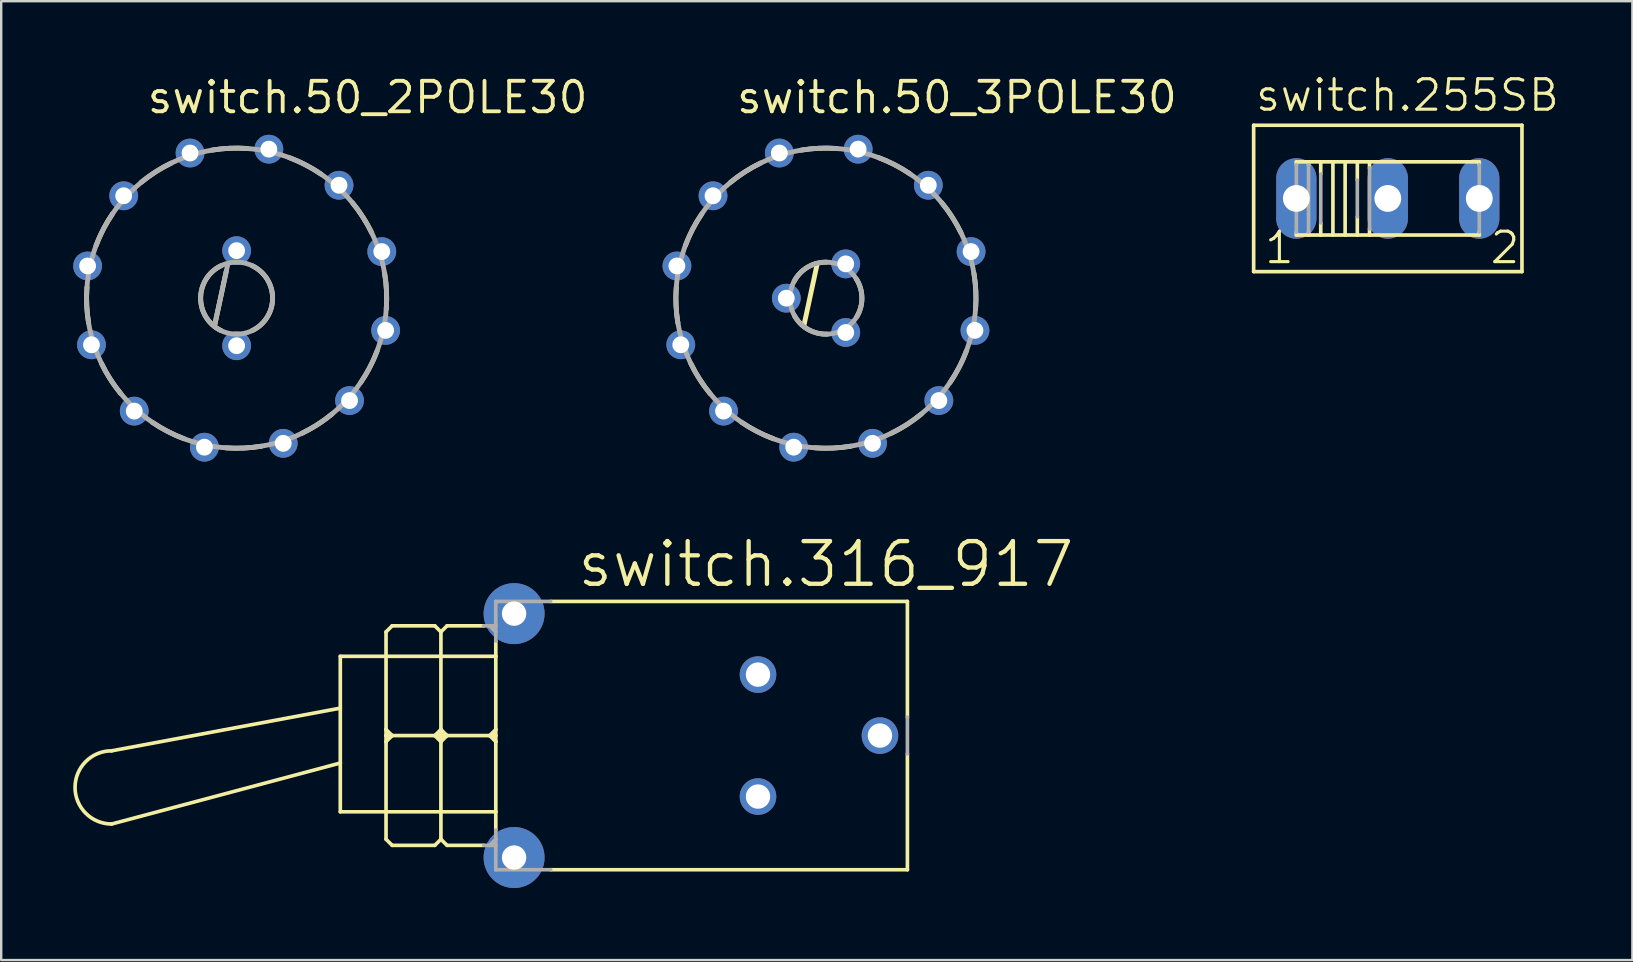
<source format=kicad_pcb>
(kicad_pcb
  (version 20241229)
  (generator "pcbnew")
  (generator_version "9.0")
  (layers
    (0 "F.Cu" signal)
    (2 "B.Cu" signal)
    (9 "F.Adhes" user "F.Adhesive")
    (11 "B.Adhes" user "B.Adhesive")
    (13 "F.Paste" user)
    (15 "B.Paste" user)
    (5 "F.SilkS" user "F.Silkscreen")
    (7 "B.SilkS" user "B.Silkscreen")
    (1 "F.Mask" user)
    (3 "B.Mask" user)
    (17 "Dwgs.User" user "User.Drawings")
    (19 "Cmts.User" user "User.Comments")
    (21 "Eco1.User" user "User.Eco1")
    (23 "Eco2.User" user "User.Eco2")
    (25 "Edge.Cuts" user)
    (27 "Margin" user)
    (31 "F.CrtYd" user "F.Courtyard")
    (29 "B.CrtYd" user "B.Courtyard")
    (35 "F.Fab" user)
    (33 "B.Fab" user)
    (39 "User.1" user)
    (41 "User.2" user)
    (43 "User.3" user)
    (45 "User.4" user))
  (footprint "switch.50_2POLE30"
    (layer "F.Cu")
    (at 6.806 9.37)
    (property "Reference" "switch.50_2POLE30" (at -3.81 -7.62 0) (layer "F.SilkS") (effects (font (size 1.27 1.27) (thickness 0.16)) (justify left bottom)))
    (attr through_hole)
    (fp_line (start -0.914 1.127) (end -0.43 -1.13) (stroke (width 0.203) (type default)) (layer "F.SilkS"))
    (fp_arc (start -6.166 1.0299) (mid -6.244069 0.29072) (end -6.2338 -0.4525) (stroke (width 0.2032) (type default)) (layer "F.SilkS"))
    (fp_arc (start -5.8549 -2.191) (mid -5.552917 -2.870237) (end -5.1724 -3.5088) (stroke (width 0.2032) (type default)) (layer "F.SilkS"))
    (fp_arc (start -4.825 3.975) (mid -5.262248 3.373838) (end -5.625 2.725) (stroke (width 0.2032) (type default)) (layer "F.SilkS"))
    (fp_arc (start -3.975 -4.825) (mid -3.373838 -5.262248) (end -2.725 -5.625) (stroke (width 0.2032) (type default)) (layer "F.SilkS"))
    (fp_arc (start -2.191 5.8549) (mid -2.870237 5.552917) (end -3.5088 5.1724) (stroke (width 0.2032) (type default)) (layer "F.SilkS"))
    (fp_arc (start -1.0299 -6.166) (mid -0.29072 -6.244074) (end 0.4525 -6.2338) (stroke (width 0.2032) (type default)) (layer "F.SilkS"))
    (fp_arc (start -0.65 1.35) (mid -1.498332 0) (end -0.65 -1.35) (stroke (width 0.2032) (type default)) (layer "F.SilkS"))
    (fp_arc (start 0.65 -1.35) (mid 1.498332 0) (end 0.65 1.35) (stroke (width 0.2032) (type default)) (layer "F.SilkS"))
    (fp_arc (start 1.0299 6.166) (mid 0.29072 6.244074) (end -0.4525 6.2338) (stroke (width 0.2032) (type default)) (layer "F.SilkS"))
    (fp_arc (start 2.191 -5.8549) (mid 2.870237 -5.552917) (end 3.5088 -5.1724) (stroke (width 0.2032) (type default)) (layer "F.SilkS"))
    (fp_arc (start 3.975 4.825) (mid 3.373838 5.262248) (end 2.725 5.625) (stroke (width 0.2032) (type default)) (layer "F.SilkS"))
    (fp_arc (start 4.825 -3.975) (mid 5.262248 -3.373838) (end 5.625 -2.725) (stroke (width 0.2032) (type default)) (layer "F.SilkS"))
    (fp_arc (start 5.8549 2.191) (mid 5.552917 2.870237) (end 5.1724 3.5088) (stroke (width 0.2032) (type default)) (layer "F.SilkS"))
    (fp_arc (start 6.166 -1.0299) (mid 6.244069 -0.29072) (end 6.2338 0.4525) (stroke (width 0.2032) (type default)) (layer "F.SilkS"))
    (fp_line (start -0.914 1.127) (end -0.375 -1.38) (stroke (width 0.203) (type default)) (layer "F.Fab"))
    (fp_circle (center 0 0) (end 1.5 0) (stroke (width 0.203) (type default)) (fill no) (layer "F.Fab"))
    (fp_circle (center 0 0) (end 6.25 0) (stroke (width 0.203) (type default)) (fill no) (layer "F.Fab"))
    (pad "1" thru_hole circle (at 6.207 1.342 347.8) (size 1.2 1.2) (drill 0.7) (layers "*.Cu" "*.Mask"))
    (pad "2" thru_hole circle (at 4.704 4.265 317.8) (size 1.2 1.2) (drill 0.7) (layers "*.Cu" "*.Mask"))
    (pad "3" thru_hole circle (at 1.941 6.046 287.8) (size 1.2 1.2) (drill 0.7) (layers "*.Cu" "*.Mask"))
    (pad "4" thru_hole circle (at -1.342 6.207 257.8) (size 1.2 1.2) (drill 0.7) (layers "*.Cu" "*.Mask"))
    (pad "5" thru_hole circle (at -4.265 4.704 227.8) (size 1.2 1.2) (drill 0.7) (layers "*.Cu" "*.Mask"))
    (pad "6" thru_hole circle (at -6.046 1.941 197.8) (size 1.2 1.2) (drill 0.7) (layers "*.Cu" "*.Mask"))
    (pad "7" thru_hole circle (at -6.207 -1.342 167.8) (size 1.2 1.2) (drill 0.7) (layers "*.Cu" "*.Mask"))
    (pad "8" thru_hole circle (at -4.704 -4.265 137.8) (size 1.2 1.2) (drill 0.7) (layers "*.Cu" "*.Mask"))
    (pad "9" thru_hole circle (at -1.941 -6.046 107.8) (size 1.2 1.2) (drill 0.7) (layers "*.Cu" "*.Mask"))
    (pad "10" thru_hole circle (at 1.342 -6.207 77.8) (size 1.2 1.2) (drill 0.7) (layers "*.Cu" "*.Mask"))
    (pad "11" thru_hole circle (at 4.265 -4.704 47.8) (size 1.2 1.2) (drill 0.7) (layers "*.Cu" "*.Mask"))
    (pad "12" thru_hole circle (at 6.046 -1.941 17.8) (size 1.2 1.2) (drill 0.7) (layers "*.Cu" "*.Mask"))
    (pad "C1" thru_hole circle (at 0 1.98) (size 1.2 1.2) (drill 0.7) (layers "*.Cu" "*.Mask"))
    (pad "C2" thru_hole circle (at 0 -1.98) (size 1.2 1.2) (drill 0.7) (layers "*.Cu" "*.Mask")))
  (footprint "switch.255SB"
    (layer "F.Cu")
    (at 54.758 5.216)
    (property "Reference" "switch.255SB" (at -5.588 -3.556 0) (layer "F.SilkS") (effects (font (size 1.27 1.27) (thickness 0.13)) (justify left bottom)))
    (attr through_hole)
    (fp_line (start -5.588 -3.048) (end -5.588 3.048) (stroke (width 0.152) (type default)) (layer "F.SilkS"))
    (fp_line (start -5.588 -3.048) (end 5.588 -3.048) (stroke (width 0.152) (type default)) (layer "F.SilkS"))
    (fp_line (start -3.81 -1.524) (end -3.81 -1.397) (stroke (width 0.152) (type default)) (layer "F.SilkS"))
    (fp_line (start -3.81 -1.524) (end -3.302 -1.524) (stroke (width 0.152) (type default)) (layer "F.SilkS"))
    (fp_line (start -3.81 1.397) (end -3.81 1.524) (stroke (width 0.152) (type default)) (layer "F.SilkS"))
    (fp_line (start -3.302 -1.524) (end -3.302 -1.397) (stroke (width 0.152) (type default)) (layer "F.SilkS"))
    (fp_line (start -3.302 -1.524) (end -2.794 -1.524) (stroke (width 0.152) (type default)) (layer "F.SilkS"))
    (fp_line (start -3.302 1.397) (end -3.302 1.524) (stroke (width 0.152) (type default)) (layer "F.SilkS"))
    (fp_line (start -3.302 1.524) (end -3.81 1.524) (stroke (width 0.152) (type default)) (layer "F.SilkS"))
    (fp_line (start -2.794 -1.524) (end -2.794 -1.016) (stroke (width 0.152) (type default)) (layer "F.SilkS"))
    (fp_line (start -2.794 -1.524) (end -2.286 -1.524) (stroke (width 0.152) (type default)) (layer "F.SilkS"))
    (fp_line (start -2.794 1.016) (end -2.794 1.524) (stroke (width 0.152) (type default)) (layer "F.SilkS"))
    (fp_line (start -2.794 1.524) (end -3.302 1.524) (stroke (width 0.152) (type default)) (layer "F.SilkS"))
    (fp_line (start -2.286 -1.524) (end -2.286 1.524) (stroke (width 0.152) (type default)) (layer "F.SilkS"))
    (fp_line (start -2.286 -1.524) (end -1.778 -1.524) (stroke (width 0.152) (type default)) (layer "F.SilkS"))
    (fp_line (start -2.286 1.524) (end -2.794 1.524) (stroke (width 0.152) (type default)) (layer "F.SilkS"))
    (fp_line (start -1.778 -1.524) (end -1.778 1.524) (stroke (width 0.152) (type default)) (layer "F.SilkS"))
    (fp_line (start -1.778 -1.524) (end -1.27 -1.524) (stroke (width 0.152) (type default)) (layer "F.SilkS"))
    (fp_line (start -1.778 1.524) (end -2.286 1.524) (stroke (width 0.152) (type default)) (layer "F.SilkS"))
    (fp_line (start -1.27 -1.524) (end -1.27 -0.762) (stroke (width 0.152) (type default)) (layer "F.SilkS"))
    (fp_line (start -1.27 -1.524) (end -0.762 -1.524) (stroke (width 0.152) (type default)) (layer "F.SilkS"))
    (fp_line (start -1.27 1.524) (end -1.778 1.524) (stroke (width 0.152) (type default)) (layer "F.SilkS"))
    (fp_line (start -1.27 1.524) (end -1.27 0.762) (stroke (width 0.152) (type default)) (layer "F.SilkS"))
    (fp_line (start -0.762 -1.524) (end -0.762 -1.27) (stroke (width 0.152) (type default)) (layer "F.SilkS"))
    (fp_line (start -0.762 -1.524) (end 3.81 -1.524) (stroke (width 0.152) (type default)) (layer "F.SilkS"))
    (fp_line (start -0.762 1.27) (end -0.762 1.524) (stroke (width 0.152) (type default)) (layer "F.SilkS"))
    (fp_line (start -0.762 1.524) (end -1.27 1.524) (stroke (width 0.152) (type default)) (layer "F.SilkS"))
    (fp_line (start 3.81 -1.524) (end 3.81 -1.397) (stroke (width 0.152) (type default)) (layer "F.SilkS"))
    (fp_line (start 3.81 1.524) (end -0.762 1.524) (stroke (width 0.152) (type default)) (layer "F.SilkS"))
    (fp_line (start 3.81 1.524) (end 3.81 1.397) (stroke (width 0.152) (type default)) (layer "F.SilkS"))
    (fp_line (start 5.588 3.048) (end -5.588 3.048) (stroke (width 0.152) (type default)) (layer "F.SilkS"))
    (fp_line (start 5.588 3.048) (end 5.588 -3.048) (stroke (width 0.152) (type default)) (layer "F.SilkS"))
    (fp_line (start -3.81 -1.397) (end -3.81 1.397) (stroke (width 0.152) (type default)) (layer "F.Fab"))
    (fp_line (start -3.302 -1.397) (end -3.302 1.397) (stroke (width 0.152) (type default)) (layer "F.Fab"))
    (fp_line (start -2.794 -1.016) (end -2.794 1.016) (stroke (width 0.152) (type default)) (layer "F.Fab"))
    (fp_line (start -1.27 -0.762) (end -1.27 0.762) (stroke (width 0.152) (type default)) (layer "F.Fab"))
    (fp_line (start -0.762 -1.27) (end -0.762 1.27) (stroke (width 0.152) (type default)) (layer "F.Fab"))
    (fp_line (start 3.81 1.397) (end 3.81 -1.397) (stroke (width 0.152) (type default)) (layer "F.Fab"))
    (fp_text user "2" (at 4.191 2.794 0) (layer "F.SilkS") (effects (font (size 1.27 1.27) (thickness 0.13)) (justify left bottom)))
    (fp_text user "1" (at -5.207 2.794 0) (layer "F.SilkS") (effects (font (size 1.27 1.27) (thickness 0.13)) (justify left bottom)))
    (pad "1" thru_hole oval (at -3.81 0 90) (size 3.353 1.676) (drill 1.118) (layers "*.Cu" "*.Mask"))
    (pad "2" thru_hole oval (at 0 0 90) (size 3.353 1.676) (drill 1.118) (layers "*.Cu" "*.Mask"))
    (pad "3" thru_hole oval (at 3.81 0 90) (size 3.353 1.676) (drill 1.118) (layers "*.Cu" "*.Mask")))
  (footprint "switch.316_917"
    (layer "F.Cu")
    (at 18.364 27.59)
    (property "Reference" "switch.316_917" (at 2.54 -6.096 0) (layer "F.SilkS") (effects (font (size 1.778 1.778) (thickness 0.18)) (justify left bottom)))
    (attr through_hole)
    (fp_line (start -7.239 -3.302) (end -0.762 -3.302) (stroke (width 0.152) (type default)) (layer "F.SilkS"))
    (fp_line (start -7.239 -1.143) (end -16.764 0.635) (stroke (width 0.152) (type default)) (layer "F.SilkS"))
    (fp_line (start -7.239 -1.143) (end -7.239 -3.302) (stroke (width 0.152) (type default)) (layer "F.SilkS"))
    (fp_line (start -7.239 1.143) (end -16.764 3.683) (stroke (width 0.152) (type default)) (layer "F.SilkS"))
    (fp_line (start -7.239 1.143) (end -7.239 -1.143) (stroke (width 0.152) (type default)) (layer "F.SilkS"))
    (fp_line (start -7.239 3.175) (end -7.239 1.143) (stroke (width 0.152) (type default)) (layer "F.SilkS"))
    (fp_line (start -5.334 -0.254) (end -5.334 -4.318) (stroke (width 0.152) (type default)) (layer "F.SilkS"))
    (fp_line (start -5.334 -0.254) (end -5.08 0) (stroke (width 0.152) (type default)) (layer "F.SilkS"))
    (fp_line (start -5.334 0) (end -5.334 -0.254) (stroke (width 0.152) (type default)) (layer "F.SilkS"))
    (fp_line (start -5.334 0) (end -5.08 0) (stroke (width 0.152) (type default)) (layer "F.SilkS"))
    (fp_line (start -5.334 0.254) (end -5.334 0) (stroke (width 0.152) (type default)) (layer "F.SilkS"))
    (fp_line (start -5.334 4.318) (end -5.334 0.254) (stroke (width 0.152) (type default)) (layer "F.SilkS"))
    (fp_line (start -5.334 4.318) (end -5.08 4.572) (stroke (width 0.152) (type default)) (layer "F.SilkS"))
    (fp_line (start -5.08 -4.572) (end -5.334 -4.318) (stroke (width 0.152) (type default)) (layer "F.SilkS"))
    (fp_line (start -5.08 -4.572) (end -3.302 -4.572) (stroke (width 0.152) (type default)) (layer "F.SilkS"))
    (fp_line (start -5.08 0) (end -5.334 0.254) (stroke (width 0.152) (type default)) (layer "F.SilkS"))
    (fp_line (start -5.08 0) (end -3.302 0) (stroke (width 0.152) (type default)) (layer "F.SilkS"))
    (fp_line (start -3.302 0) (end -3.048 -0.254) (stroke (width 0.152) (type default)) (layer "F.SilkS"))
    (fp_line (start -3.302 0) (end -3.048 0) (stroke (width 0.152) (type default)) (layer "F.SilkS"))
    (fp_line (start -3.302 4.572) (end -5.08 4.572) (stroke (width 0.152) (type default)) (layer "F.SilkS"))
    (fp_line (start -3.048 -4.318) (end -3.302 -4.572) (stroke (width 0.152) (type default)) (layer "F.SilkS"))
    (fp_line (start -3.048 -0.254) (end -3.048 -4.318) (stroke (width 0.152) (type default)) (layer "F.SilkS"))
    (fp_line (start -3.048 -0.254) (end -2.794 0) (stroke (width 0.152) (type default)) (layer "F.SilkS"))
    (fp_line (start -3.048 0) (end -3.048 -0.254) (stroke (width 0.152) (type default)) (layer "F.SilkS"))
    (fp_line (start -3.048 0) (end -2.794 0) (stroke (width 0.152) (type default)) (layer "F.SilkS"))
    (fp_line (start -3.048 0.254) (end -3.302 0) (stroke (width 0.152) (type default)) (layer "F.SilkS"))
    (fp_line (start -3.048 0.254) (end -3.048 0) (stroke (width 0.152) (type default)) (layer "F.SilkS"))
    (fp_line (start -3.048 4.318) (end -3.302 4.572) (stroke (width 0.152) (type default)) (layer "F.SilkS"))
    (fp_line (start -3.048 4.318) (end -3.048 0.254) (stroke (width 0.152) (type default)) (layer "F.SilkS"))
    (fp_line (start -3.048 4.318) (end -2.794 4.572) (stroke (width 0.152) (type default)) (layer "F.SilkS"))
    (fp_line (start -2.794 -4.572) (end -3.048 -4.318) (stroke (width 0.152) (type default)) (layer "F.SilkS"))
    (fp_line (start -2.794 0) (end -3.048 0.254) (stroke (width 0.152) (type default)) (layer "F.SilkS"))
    (fp_line (start -2.794 0) (end -1.016 0) (stroke (width 0.152) (type default)) (layer "F.SilkS"))
    (fp_line (start -1.27 -4.572) (end -2.794 -4.572) (stroke (width 0.152) (type default)) (layer "F.SilkS"))
    (fp_line (start -1.27 4.572) (end -2.794 4.572) (stroke (width 0.152) (type default)) (layer "F.SilkS"))
    (fp_line (start -1.016 0) (end -0.762 0) (stroke (width 0.152) (type default)) (layer "F.SilkS"))
    (fp_line (start -1.016 0) (end -0.762 0.254) (stroke (width 0.152) (type default)) (layer "F.SilkS"))
    (fp_line (start -0.762 -3.937) (end -0.762 -3.302) (stroke (width 0.152) (type default)) (layer "F.SilkS"))
    (fp_line (start -0.762 -3.302) (end -0.762 -0.254) (stroke (width 0.152) (type default)) (layer "F.SilkS"))
    (fp_line (start -0.762 -0.254) (end -1.016 0) (stroke (width 0.152) (type default)) (layer "F.SilkS"))
    (fp_line (start -0.762 -0.254) (end -0.762 0) (stroke (width 0.152) (type default)) (layer "F.SilkS"))
    (fp_line (start -0.762 0) (end -0.762 0.254) (stroke (width 0.152) (type default)) (layer "F.SilkS"))
    (fp_line (start -0.762 0.254) (end -0.762 3.175) (stroke (width 0.152) (type default)) (layer "F.SilkS"))
    (fp_line (start -0.762 3.175) (end -7.239 3.175) (stroke (width 0.152) (type default)) (layer "F.SilkS"))
    (fp_line (start -0.762 3.937) (end -0.762 3.175) (stroke (width 0.152) (type default)) (layer "F.SilkS"))
    (fp_line (start 1.524 -5.588) (end 16.383 -5.588) (stroke (width 0.152) (type default)) (layer "F.SilkS"))
    (fp_line (start 1.524 5.588) (end 16.383 5.588) (stroke (width 0.152) (type default)) (layer "F.SilkS"))
    (fp_line (start 16.383 -0.762) (end 16.383 -5.588) (stroke (width 0.152) (type default)) (layer "F.SilkS"))
    (fp_line (start 16.383 5.588) (end 16.383 0.762) (stroke (width 0.152) (type default)) (layer "F.SilkS"))
    (fp_arc (start -16.764 3.683) (mid -18.288 2.159) (end -16.764 0.635) (stroke (width 0.1524) (type default)) (layer "F.SilkS"))
    (fp_line (start -1.016 -4.572) (end -1.27 -4.572) (stroke (width 0.152) (type default)) (layer "F.Fab"))
    (fp_line (start -1.016 -4.572) (end -0.762 -4.572) (stroke (width 0.152) (type default)) (layer "F.Fab"))
    (fp_line (start -1.016 -4.572) (end -0.762 -4.318) (stroke (width 0.152) (type default)) (layer "F.Fab"))
    (fp_line (start -1.016 4.572) (end -1.27 4.572) (stroke (width 0.152) (type default)) (layer "F.Fab"))
    (fp_line (start -0.762 -5.588) (end -0.762 -4.572) (stroke (width 0.152) (type default)) (layer "F.Fab"))
    (fp_line (start -0.762 -5.588) (end 1.524 -5.588) (stroke (width 0.152) (type default)) (layer "F.Fab"))
    (fp_line (start -0.762 -4.572) (end -0.762 -4.318) (stroke (width 0.152) (type default)) (layer "F.Fab"))
    (fp_line (start -0.762 -4.318) (end -0.762 -3.937) (stroke (width 0.152) (type default)) (layer "F.Fab"))
    (fp_line (start -0.762 4.318) (end -1.016 4.572) (stroke (width 0.152) (type default)) (layer "F.Fab"))
    (fp_line (start -0.762 4.318) (end -0.762 3.937) (stroke (width 0.152) (type default)) (layer "F.Fab"))
    (fp_line (start -0.762 4.318) (end -0.762 4.572) (stroke (width 0.152) (type default)) (layer "F.Fab"))
    (fp_line (start -0.762 4.572) (end -1.016 4.572) (stroke (width 0.152) (type default)) (layer "F.Fab"))
    (fp_line (start -0.762 4.572) (end -0.762 5.588) (stroke (width 0.152) (type default)) (layer "F.Fab"))
    (fp_line (start -0.762 5.588) (end 1.524 5.588) (stroke (width 0.152) (type default)) (layer "F.Fab"))
    (fp_line (start 16.383 0.762) (end 16.383 -0.762) (stroke (width 0.152) (type default)) (layer "F.Fab"))
    (pad "1" thru_hole circle (at 10.16 -2.54) (size 1.524 1.524) (drill 1.016) (layers "*.Cu" "*.Mask"))
    (pad "2" thru_hole circle (at 15.24 0) (size 1.524 1.524) (drill 1.016) (layers "*.Cu" "*.Mask"))
    (pad "3" thru_hole circle (at 10.16 2.54) (size 1.524 1.524) (drill 1.016) (layers "*.Cu" "*.Mask"))
    (pad "B" thru_hole circle (at 0 5.08) (size 2.54 2.54) (drill 1.016) (layers "*.Cu" "*.Mask"))
    (pad "B1" thru_hole circle (at 0 -5.08) (size 2.54 2.54) (drill 1.016) (layers "*.Cu" "*.Mask")))
  (footprint "switch.50_3POLE30"
    (layer "F.Cu")
    (at 31.353 9.37)
    (property "Reference" "switch.50_3POLE30" (at -3.81 -7.62 0) (layer "F.SilkS") (effects (font (size 1.27 1.27) (thickness 0.16)) (justify left bottom)))
    (attr through_hole)
    (fp_line (start -0.914 1.126) (end -0.374 -1.379) (stroke (width 0.203) (type default)) (layer "F.SilkS"))
    (fp_arc (start -6.166 1.0299) (mid -6.244069 0.29072) (end -6.2338 -0.4525) (stroke (width 0.2032) (type default)) (layer "F.SilkS"))
    (fp_arc (start -5.8549 -2.191) (mid -5.552917 -2.870237) (end -5.1724 -3.5088) (stroke (width 0.2032) (type default)) (layer "F.SilkS"))
    (fp_arc (start -4.825 3.975) (mid -5.262248 3.373838) (end -5.625 2.725) (stroke (width 0.2032) (type default)) (layer "F.SilkS"))
    (fp_arc (start -3.975 -4.825) (mid -3.373838 -5.262248) (end -2.725 -5.625) (stroke (width 0.2032) (type default)) (layer "F.SilkS"))
    (fp_arc (start -2.191 5.8549) (mid -2.870237 5.552917) (end -3.5088 5.1724) (stroke (width 0.2032) (type default)) (layer "F.SilkS"))
    (fp_arc (start -1.325 -0.7) (mid -0.762943 -1.290591) (end 0.025 -1.5) (stroke (width 0.2032) (type default)) (layer "F.SilkS"))
    (fp_arc (start -1.0299 -6.166) (mid -0.29072 -6.244074) (end 0.4525 -6.2338) (stroke (width 0.2032) (type default)) (layer "F.SilkS"))
    (fp_arc (start 0.0562 1.4974) (mid -0.736228 1.305936) (end -1.3115 0.7283) (stroke (width 0.2032) (type default)) (layer "F.SilkS"))
    (fp_arc (start 1.0299 6.166) (mid 0.29072 6.244074) (end -0.4525 6.2338) (stroke (width 0.2032) (type default)) (layer "F.SilkS"))
    (fp_arc (start 1.2687 -0.7974) (mid 1.499101 -0.015413) (end 1.2865 0.7716) (stroke (width 0.2032) (type default)) (layer "F.SilkS"))
    (fp_arc (start 2.191 -5.8549) (mid 2.870237 -5.552917) (end 3.5088 -5.1724) (stroke (width 0.2032) (type default)) (layer "F.SilkS"))
    (fp_arc (start 3.975 4.825) (mid 3.373838 5.262248) (end 2.725 5.625) (stroke (width 0.2032) (type default)) (layer "F.SilkS"))
    (fp_arc (start 4.825 -3.975) (mid 5.262248 -3.373838) (end 5.625 -2.725) (stroke (width 0.2032) (type default)) (layer "F.SilkS"))
    (fp_arc (start 5.8549 2.191) (mid 5.552917 2.870237) (end 5.1724 3.5088) (stroke (width 0.2032) (type default)) (layer "F.SilkS"))
    (fp_arc (start 6.166 -1.0299) (mid 6.244069 -0.29072) (end 6.2338 0.4525) (stroke (width 0.2032) (type default)) (layer "F.SilkS"))
    (fp_circle (center 0 0) (end 1.5 0) (stroke (width 0.203) (type default)) (fill no) (layer "F.Fab"))
    (fp_circle (center 0 0) (end 6.25 0) (stroke (width 0.203) (type default)) (fill no) (layer "F.Fab"))
    (pad "1" thru_hole circle (at 6.207 1.342 347.8) (size 1.2 1.2) (drill 0.7) (layers "*.Cu" "*.Mask"))
    (pad "2" thru_hole circle (at 4.704 4.265 317.8) (size 1.2 1.2) (drill 0.7) (layers "*.Cu" "*.Mask"))
    (pad "3" thru_hole circle (at 1.941 6.046 287.8) (size 1.2 1.2) (drill 0.7) (layers "*.Cu" "*.Mask"))
    (pad "4" thru_hole circle (at -1.342 6.207 257.8) (size 1.2 1.2) (drill 0.7) (layers "*.Cu" "*.Mask"))
    (pad "5" thru_hole circle (at -4.265 4.704 227.8) (size 1.2 1.2) (drill 0.7) (layers "*.Cu" "*.Mask"))
    (pad "6" thru_hole circle (at -6.046 1.941 197.8) (size 1.2 1.2) (drill 0.7) (layers "*.Cu" "*.Mask"))
    (pad "7" thru_hole circle (at -6.207 -1.342 167.8) (size 1.2 1.2) (drill 0.7) (layers "*.Cu" "*.Mask"))
    (pad "8" thru_hole circle (at -4.704 -4.265 137.8) (size 1.2 1.2) (drill 0.7) (layers "*.Cu" "*.Mask"))
    (pad "9" thru_hole circle (at -1.941 -6.046 107.8) (size 1.2 1.2) (drill 0.7) (layers "*.Cu" "*.Mask"))
    (pad "10" thru_hole circle (at 1.342 -6.207 77.8) (size 1.2 1.2) (drill 0.7) (layers "*.Cu" "*.Mask"))
    (pad "11" thru_hole circle (at 4.265 -4.704 47.8) (size 1.2 1.2) (drill 0.7) (layers "*.Cu" "*.Mask"))
    (pad "12" thru_hole circle (at 6.046 -1.941 17.8) (size 1.2 1.2) (drill 0.7) (layers "*.Cu" "*.Mask"))
    (pad "C1" thru_hole circle (at 0.825 1.429 120) (size 1.2 1.2) (drill 0.7) (layers "*.Cu" "*.Mask"))
    (pad "C2" thru_hole circle (at -1.65 0) (size 1.2 1.2) (drill 0.7) (layers "*.Cu" "*.Mask"))
    (pad "C3" thru_hole circle (at 0.825 -1.429 240) (size 1.2 1.2) (drill 0.7) (layers "*.Cu" "*.Mask")))
  (gr_rect
    (start -3 -3)
    (end 64.945 36.941)
    (stroke (width 0.1) (type default))
    (fill no)
    (layer "Edge.Cuts")))
</source>
